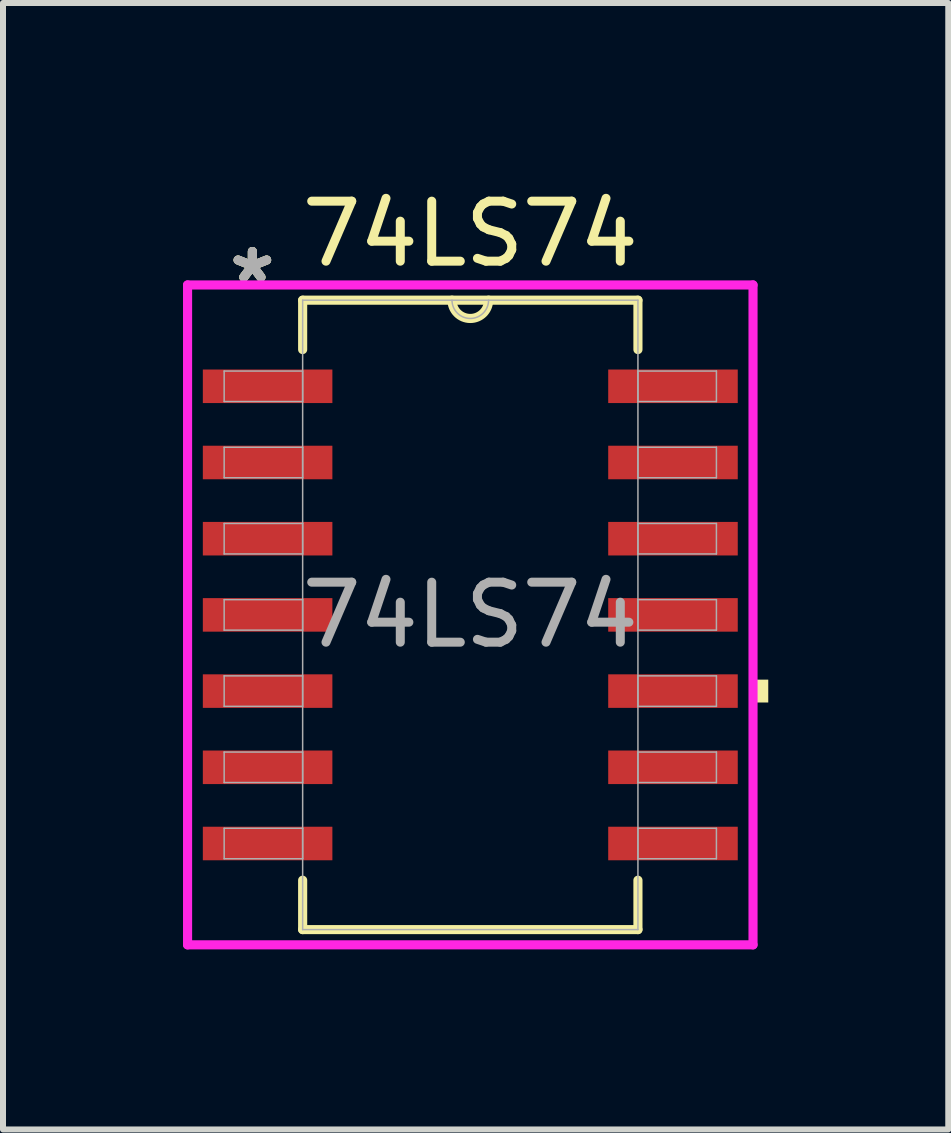
<source format=kicad_pcb>
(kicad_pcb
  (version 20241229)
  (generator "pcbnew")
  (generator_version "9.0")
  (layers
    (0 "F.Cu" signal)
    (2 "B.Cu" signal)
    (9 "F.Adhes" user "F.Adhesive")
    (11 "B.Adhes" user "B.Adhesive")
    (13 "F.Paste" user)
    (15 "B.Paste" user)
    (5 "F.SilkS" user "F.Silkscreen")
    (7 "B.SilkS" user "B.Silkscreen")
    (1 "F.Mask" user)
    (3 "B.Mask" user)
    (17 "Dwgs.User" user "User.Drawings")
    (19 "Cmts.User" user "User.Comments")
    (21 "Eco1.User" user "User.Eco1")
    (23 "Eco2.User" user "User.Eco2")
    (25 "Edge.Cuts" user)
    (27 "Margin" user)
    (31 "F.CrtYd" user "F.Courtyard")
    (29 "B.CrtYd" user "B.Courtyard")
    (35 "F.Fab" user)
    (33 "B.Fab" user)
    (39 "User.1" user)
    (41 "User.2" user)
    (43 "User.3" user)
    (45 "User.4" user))
  (footprint "74LS74"
    (layer "F.Cu")
    (at 4.788 7.198)
    (property "Reference" "74LS74" (at 0 -6.35 0) (unlocked yes) (layer "F.SilkS") (effects (font (size 1 1) (thickness 0.15))))
    (attr smd)
    (fp_line (start -2.794 -5.245) (end -2.794 -4.422) (stroke (width 0.152) (type solid)) (layer "F.SilkS"))
    (fp_line (start -2.794 4.422) (end -2.794 5.245) (stroke (width 0.152) (type solid)) (layer "F.SilkS"))
    (fp_line (start -2.794 5.245) (end 2.794 5.245) (stroke (width 0.152) (type solid)) (layer "F.SilkS"))
    (fp_line (start 2.794 -5.245) (end -2.794 -5.245) (stroke (width 0.152) (type solid)) (layer "F.SilkS"))
    (fp_line (start 2.794 -4.422) (end 2.794 -5.245) (stroke (width 0.152) (type solid)) (layer "F.SilkS"))
    (fp_line (start 2.794 5.245) (end 2.794 4.422) (stroke (width 0.152) (type solid)) (layer "F.SilkS"))
    (fp_arc (start 0.3048 -5.2451) (mid 0 -4.9403) (end -0.3048 -5.2451) (stroke (width 0.1524) (type solid)) (layer "F.SilkS"))
    (fp_poly (pts (xy 4.966 1.079) (xy 4.966 1.46) (xy 4.712 1.46) (xy 4.712 1.079)) (stroke (width 0) (type solid)) (fill yes) (layer "F.SilkS"))
    (fp_line (start -4.712 -5.499) (end 4.712 -5.499) (stroke (width 0.152) (type solid)) (layer "F.CrtYd"))
    (fp_line (start -4.712 5.499) (end -4.712 -5.499) (stroke (width 0.152) (type solid)) (layer "F.CrtYd"))
    (fp_line (start 4.712 -5.499) (end 4.712 5.499) (stroke (width 0.152) (type solid)) (layer "F.CrtYd"))
    (fp_line (start 4.712 5.499) (end -4.712 5.499) (stroke (width 0.152) (type solid)) (layer "F.CrtYd"))
    (fp_line (start -4.102 -4.064) (end -4.102 -3.556) (stroke (width 0.025) (type solid)) (layer "F.Fab"))
    (fp_line (start -4.102 -3.556) (end -2.794 -3.556) (stroke (width 0.025) (type solid)) (layer "F.Fab"))
    (fp_line (start -4.102 -2.794) (end -4.102 -2.286) (stroke (width 0.025) (type solid)) (layer "F.Fab"))
    (fp_line (start -4.102 -2.286) (end -2.794 -2.286) (stroke (width 0.025) (type solid)) (layer "F.Fab"))
    (fp_line (start -4.102 -1.524) (end -4.102 -1.016) (stroke (width 0.025) (type solid)) (layer "F.Fab"))
    (fp_line (start -4.102 -1.016) (end -2.794 -1.016) (stroke (width 0.025) (type solid)) (layer "F.Fab"))
    (fp_line (start -4.102 -0.254) (end -4.102 0.254) (stroke (width 0.025) (type solid)) (layer "F.Fab"))
    (fp_line (start -4.102 0.254) (end -2.794 0.254) (stroke (width 0.025) (type solid)) (layer "F.Fab"))
    (fp_line (start -4.102 1.016) (end -4.102 1.524) (stroke (width 0.025) (type solid)) (layer "F.Fab"))
    (fp_line (start -4.102 1.524) (end -2.794 1.524) (stroke (width 0.025) (type solid)) (layer "F.Fab"))
    (fp_line (start -4.102 2.286) (end -4.102 2.794) (stroke (width 0.025) (type solid)) (layer "F.Fab"))
    (fp_line (start -4.102 2.794) (end -2.794 2.794) (stroke (width 0.025) (type solid)) (layer "F.Fab"))
    (fp_line (start -4.102 3.556) (end -4.102 4.064) (stroke (width 0.025) (type solid)) (layer "F.Fab"))
    (fp_line (start -4.102 4.064) (end -2.794 4.064) (stroke (width 0.025) (type solid)) (layer "F.Fab"))
    (fp_line (start -2.794 -5.245) (end -2.794 5.245) (stroke (width 0.025) (type solid)) (layer "F.Fab"))
    (fp_line (start -2.794 -4.064) (end -4.102 -4.064) (stroke (width 0.025) (type solid)) (layer "F.Fab"))
    (fp_line (start -2.794 -3.556) (end -2.794 -4.064) (stroke (width 0.025) (type solid)) (layer "F.Fab"))
    (fp_line (start -2.794 -2.794) (end -4.102 -2.794) (stroke (width 0.025) (type solid)) (layer "F.Fab"))
    (fp_line (start -2.794 -2.286) (end -2.794 -2.794) (stroke (width 0.025) (type solid)) (layer "F.Fab"))
    (fp_line (start -2.794 -1.524) (end -4.102 -1.524) (stroke (width 0.025) (type solid)) (layer "F.Fab"))
    (fp_line (start -2.794 -1.016) (end -2.794 -1.524) (stroke (width 0.025) (type solid)) (layer "F.Fab"))
    (fp_line (start -2.794 -0.254) (end -4.102 -0.254) (stroke (width 0.025) (type solid)) (layer "F.Fab"))
    (fp_line (start -2.794 0.254) (end -2.794 -0.254) (stroke (width 0.025) (type solid)) (layer "F.Fab"))
    (fp_line (start -2.794 1.016) (end -4.102 1.016) (stroke (width 0.025) (type solid)) (layer "F.Fab"))
    (fp_line (start -2.794 1.524) (end -2.794 1.016) (stroke (width 0.025) (type solid)) (layer "F.Fab"))
    (fp_line (start -2.794 2.286) (end -4.102 2.286) (stroke (width 0.025) (type solid)) (layer "F.Fab"))
    (fp_line (start -2.794 2.794) (end -2.794 2.286) (stroke (width 0.025) (type solid)) (layer "F.Fab"))
    (fp_line (start -2.794 3.556) (end -4.102 3.556) (stroke (width 0.025) (type solid)) (layer "F.Fab"))
    (fp_line (start -2.794 4.064) (end -2.794 3.556) (stroke (width 0.025) (type solid)) (layer "F.Fab"))
    (fp_line (start -2.794 5.245) (end 2.794 5.245) (stroke (width 0.025) (type solid)) (layer "F.Fab"))
    (fp_line (start 2.794 -5.245) (end -2.794 -5.245) (stroke (width 0.025) (type solid)) (layer "F.Fab"))
    (fp_line (start 2.794 -4.064) (end 2.794 -3.556) (stroke (width 0.025) (type solid)) (layer "F.Fab"))
    (fp_line (start 2.794 -3.556) (end 4.102 -3.556) (stroke (width 0.025) (type solid)) (layer "F.Fab"))
    (fp_line (start 2.794 -2.794) (end 2.794 -2.286) (stroke (width 0.025) (type solid)) (layer "F.Fab"))
    (fp_line (start 2.794 -2.286) (end 4.102 -2.286) (stroke (width 0.025) (type solid)) (layer "F.Fab"))
    (fp_line (start 2.794 -1.524) (end 2.794 -1.016) (stroke (width 0.025) (type solid)) (layer "F.Fab"))
    (fp_line (start 2.794 -1.016) (end 4.102 -1.016) (stroke (width 0.025) (type solid)) (layer "F.Fab"))
    (fp_line (start 2.794 -0.254) (end 2.794 0.254) (stroke (width 0.025) (type solid)) (layer "F.Fab"))
    (fp_line (start 2.794 0.254) (end 4.102 0.254) (stroke (width 0.025) (type solid)) (layer "F.Fab"))
    (fp_line (start 2.794 1.016) (end 2.794 1.524) (stroke (width 0.025) (type solid)) (layer "F.Fab"))
    (fp_line (start 2.794 1.524) (end 4.102 1.524) (stroke (width 0.025) (type solid)) (layer "F.Fab"))
    (fp_line (start 2.794 2.286) (end 2.794 2.794) (stroke (width 0.025) (type solid)) (layer "F.Fab"))
    (fp_line (start 2.794 2.794) (end 4.102 2.794) (stroke (width 0.025) (type solid)) (layer "F.Fab"))
    (fp_line (start 2.794 3.556) (end 2.794 4.064) (stroke (width 0.025) (type solid)) (layer "F.Fab"))
    (fp_line (start 2.794 4.064) (end 4.102 4.064) (stroke (width 0.025) (type solid)) (layer "F.Fab"))
    (fp_line (start 2.794 5.245) (end 2.794 -5.245) (stroke (width 0.025) (type solid)) (layer "F.Fab"))
    (fp_line (start 4.102 -4.064) (end 2.794 -4.064) (stroke (width 0.025) (type solid)) (layer "F.Fab"))
    (fp_line (start 4.102 -3.556) (end 4.102 -4.064) (stroke (width 0.025) (type solid)) (layer "F.Fab"))
    (fp_line (start 4.102 -2.794) (end 2.794 -2.794) (stroke (width 0.025) (type solid)) (layer "F.Fab"))
    (fp_line (start 4.102 -2.286) (end 4.102 -2.794) (stroke (width 0.025) (type solid)) (layer "F.Fab"))
    (fp_line (start 4.102 -1.524) (end 2.794 -1.524) (stroke (width 0.025) (type solid)) (layer "F.Fab"))
    (fp_line (start 4.102 -1.016) (end 4.102 -1.524) (stroke (width 0.025) (type solid)) (layer "F.Fab"))
    (fp_line (start 4.102 -0.254) (end 2.794 -0.254) (stroke (width 0.025) (type solid)) (layer "F.Fab"))
    (fp_line (start 4.102 0.254) (end 4.102 -0.254) (stroke (width 0.025) (type solid)) (layer "F.Fab"))
    (fp_line (start 4.102 1.016) (end 2.794 1.016) (stroke (width 0.025) (type solid)) (layer "F.Fab"))
    (fp_line (start 4.102 1.524) (end 4.102 1.016) (stroke (width 0.025) (type solid)) (layer "F.Fab"))
    (fp_line (start 4.102 2.286) (end 2.794 2.286) (stroke (width 0.025) (type solid)) (layer "F.Fab"))
    (fp_line (start 4.102 2.794) (end 4.102 2.286) (stroke (width 0.025) (type solid)) (layer "F.Fab"))
    (fp_line (start 4.102 3.556) (end 2.794 3.556) (stroke (width 0.025) (type solid)) (layer "F.Fab"))
    (fp_line (start 4.102 4.064) (end 4.102 3.556) (stroke (width 0.025) (type solid)) (layer "F.Fab"))
    (fp_arc (start 0.3048 -5.2451) (mid 0 -4.9403) (end -0.3048 -5.2451) (stroke (width 0.0254) (type solid)) (layer "F.Fab"))
    (fp_text user "*" (at -3.632 -5.512 0) (unlocked yes) (layer "F.SilkS") (effects (font (size 1 1) (thickness 0.15))))
    (fp_text user "*" (at -3.632 -5.512 0) (layer "F.SilkS") (effects (font (size 1 1) (thickness 0.15))))
    (fp_text user "*" (at -3.632 -5.512 0) (unlocked yes) (layer "F.Fab") (effects (font (size 1 1) (thickness 0.15))))
    (fp_text user "${REFERENCE}" (at 0 0 0) (unlocked yes) (layer "F.Fab") (effects (font (size 1 1) (thickness 0.15))))
    (fp_text user "*" (at -3.632 -5.512 0) (layer "F.Fab") (effects (font (size 1 1) (thickness 0.15))))
    (pad "1" smd rect (at -3.378 -3.81) (size 2.159 0.559) (layers "F.Cu" "F.Mask" "F.Paste"))
    (pad "2" smd rect (at -3.378 -2.54) (size 2.159 0.559) (layers "F.Cu" "F.Mask" "F.Paste"))
    (pad "3" smd rect (at -3.378 -1.27) (size 2.159 0.559) (layers "F.Cu" "F.Mask" "F.Paste"))
    (pad "4" smd rect (at -3.378 0) (size 2.159 0.559) (layers "F.Cu" "F.Mask" "F.Paste"))
    (pad "5" smd rect (at -3.378 1.27) (size 2.159 0.559) (layers "F.Cu" "F.Mask" "F.Paste"))
    (pad "6" smd rect (at -3.378 2.54) (size 2.159 0.559) (layers "F.Cu" "F.Mask" "F.Paste"))
    (pad "7" smd rect (at -3.378 3.81) (size 2.159 0.559) (layers "F.Cu" "F.Mask" "F.Paste"))
    (pad "8" smd rect (at 3.378 3.81) (size 2.159 0.559) (layers "F.Cu" "F.Mask" "F.Paste"))
    (pad "9" smd rect (at 3.378 2.54) (size 2.159 0.559) (layers "F.Cu" "F.Mask" "F.Paste"))
    (pad "10" smd rect (at 3.378 1.27) (size 2.159 0.559) (layers "F.Cu" "F.Mask" "F.Paste"))
    (pad "11" smd rect (at 3.378 0) (size 2.159 0.559) (layers "F.Cu" "F.Mask" "F.Paste"))
    (pad "12" smd rect (at 3.378 -1.27) (size 2.159 0.559) (layers "F.Cu" "F.Mask" "F.Paste"))
    (pad "13" smd rect (at 3.378 -2.54) (size 2.159 0.559) (layers "F.Cu" "F.Mask" "F.Paste"))
    (pad "14" smd rect (at 3.378 -3.81) (size 2.159 0.559) (layers "F.Cu" "F.Mask" "F.Paste")))
  (gr_rect
    (start -3 -3)
    (end 12.754 15.774)
    (stroke (width 0.1) (type default))
    (fill no)
    (layer "Edge.Cuts")))
</source>
